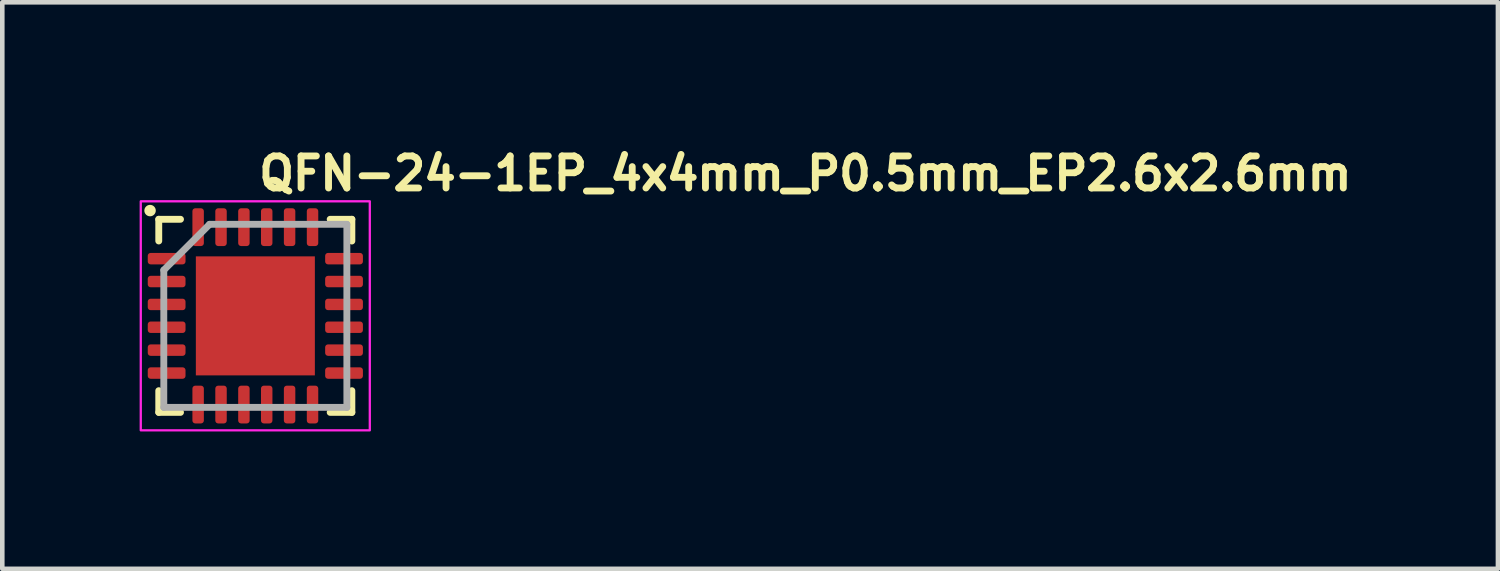
<source format=kicad_pcb>
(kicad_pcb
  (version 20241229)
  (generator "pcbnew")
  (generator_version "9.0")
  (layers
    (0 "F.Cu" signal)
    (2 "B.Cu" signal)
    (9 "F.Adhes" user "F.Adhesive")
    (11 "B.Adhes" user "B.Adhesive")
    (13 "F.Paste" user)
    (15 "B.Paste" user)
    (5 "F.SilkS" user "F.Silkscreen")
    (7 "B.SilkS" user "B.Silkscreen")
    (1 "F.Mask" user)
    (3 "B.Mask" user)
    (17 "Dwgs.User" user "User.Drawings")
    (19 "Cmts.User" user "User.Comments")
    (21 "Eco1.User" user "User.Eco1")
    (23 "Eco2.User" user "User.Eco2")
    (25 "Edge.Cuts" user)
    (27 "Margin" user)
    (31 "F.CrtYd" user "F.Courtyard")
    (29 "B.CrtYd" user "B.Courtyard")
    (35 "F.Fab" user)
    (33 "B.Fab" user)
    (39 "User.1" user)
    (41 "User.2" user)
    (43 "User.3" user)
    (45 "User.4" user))
  (footprint "QFN-24-1EP_4x4mm_P0.5mm_EP2.6x2.6mm"
    (layer "F.Cu")
    (at 2.528 3.85)
    (property "Reference" "QFN-24-1EP_4x4mm_P0.5mm_EP2.6x2.6mm" (at 0 -2.7 0) (layer "F.SilkS") (effects (font (size 0.7 0.7) (thickness 0.15)) (justify left bottom)))
    (attr smd)
    (fp_line (start -2.11 -1.636) (end -2.11 -2.11) (stroke (width 0.15) (type solid)) (layer "F.SilkS"))
    (fp_line (start -2.11 2.108) (end -2.11 1.634) (stroke (width 0.15) (type solid)) (layer "F.SilkS"))
    (fp_line (start -1.635 -2.11) (end -2.11 -2.11) (stroke (width 0.15) (type solid)) (layer "F.SilkS"))
    (fp_line (start -1.635 2.108) (end -2.11 2.108) (stroke (width 0.15) (type solid)) (layer "F.SilkS"))
    (fp_line (start 1.634 -2.11) (end 2.108 -2.11) (stroke (width 0.15) (type solid)) (layer "F.SilkS"))
    (fp_line (start 1.634 2.108) (end 2.108 2.108) (stroke (width 0.15) (type solid)) (layer "F.SilkS"))
    (fp_line (start 2.108 -2.11) (end 2.108 -1.635) (stroke (width 0.15) (type solid)) (layer "F.SilkS"))
    (fp_line (start 2.108 2.108) (end 2.108 1.634) (stroke (width 0.15) (type solid)) (layer "F.SilkS"))
    (fp_circle (center -2.3 -2.3) (end -2.25 -2.3) (stroke (width 0.15) (type solid)) (fill yes) (layer "F.SilkS"))
    (fp_rect (start -2.503 -2.503) (end 2.5 2.5) (stroke (width 0.05) (type solid)) (fill no) (layer "F.CrtYd"))
    (fp_line (start -2 -1) (end -1 -2) (stroke (width 0.15) (type solid)) (layer "F.Fab"))
    (fp_line (start -2 1.999) (end -2 -1) (stroke (width 0.15) (type solid)) (layer "F.Fab"))
    (fp_line (start -1 -2) (end 1.999 -2) (stroke (width 0.15) (type solid)) (layer "F.Fab"))
    (fp_line (start 1.999 -2) (end 1.999 1.999) (stroke (width 0.15) (type solid)) (layer "F.Fab"))
    (fp_line (start 1.999 1.999) (end -2 1.999) (stroke (width 0.15) (type solid)) (layer "F.Fab"))
    (fp_rect (start -2.003 -2.003) (end 2 2) (stroke (width 0.1) (type solid)) (fill no) (layer "User.5"))
    (fp_line (start -2 -1.364) (end -1.999 -1.364) (stroke (width 0.02) (type solid)) (layer "User.9"))
    (fp_line (start -2 -1.134) (end -2 -1.364) (stroke (width 0.02) (type solid)) (layer "User.9"))
    (fp_line (start -2 -0.863) (end -1.999 -0.863) (stroke (width 0.02) (type solid)) (layer "User.9"))
    (fp_line (start -2 -0.633) (end -2 -0.863) (stroke (width 0.02) (type solid)) (layer "User.9"))
    (fp_line (start -2 -0.363) (end -1.999 -0.363) (stroke (width 0.02) (type solid)) (layer "User.9"))
    (fp_line (start -2 -0.135) (end -2 -0.363) (stroke (width 0.02) (type solid)) (layer "User.9"))
    (fp_line (start -2 0.137) (end -1.999 0.137) (stroke (width 0.02) (type solid)) (layer "User.9"))
    (fp_line (start -2 0.365) (end -2 0.137) (stroke (width 0.02) (type solid)) (layer "User.9"))
    (fp_line (start -2 0.635) (end -1.999 0.635) (stroke (width 0.02) (type solid)) (layer "User.9"))
    (fp_line (start -2 0.865) (end -2 0.635) (stroke (width 0.02) (type solid)) (layer "User.9"))
    (fp_line (start -2 1.135) (end -1.999 1.135) (stroke (width 0.02) (type solid)) (layer "User.9"))
    (fp_line (start -2 1.365) (end -2 1.135) (stroke (width 0.02) (type solid)) (layer "User.9"))
    (fp_line (start -1.999 -1.999) (end -1.999 2) (stroke (width 0.02) (type solid)) (layer "User.9"))
    (fp_line (start -1.999 -1.134) (end -2 -1.134) (stroke (width 0.02) (type solid)) (layer "User.9"))
    (fp_line (start -1.999 -0.633) (end -2 -0.633) (stroke (width 0.02) (type solid)) (layer "User.9"))
    (fp_line (start -1.999 -0.135) (end -2 -0.135) (stroke (width 0.02) (type solid)) (layer "User.9"))
    (fp_line (start -1.999 0.365) (end -2 0.365) (stroke (width 0.02) (type solid)) (layer "User.9"))
    (fp_line (start -1.999 0.865) (end -2 0.865) (stroke (width 0.02) (type solid)) (layer "User.9"))
    (fp_line (start -1.999 1.365) (end -2 1.365) (stroke (width 0.02) (type solid)) (layer "User.9"))
    (fp_line (start -1.999 2) (end 2 2) (stroke (width 0.02) (type solid)) (layer "User.9"))
    (fp_line (start -1.6 -1.499) (end -1.598 -1.493) (stroke (width 0.02) (type solid)) (layer "User.9"))
    (fp_line (start -1.598 -1.519) (end -1.598 -1.515) (stroke (width 0.02) (type solid)) (layer "User.9"))
    (fp_line (start -1.598 -1.515) (end -1.598 -1.513) (stroke (width 0.02) (type solid)) (layer "User.9"))
    (fp_line (start -1.598 -1.513) (end -1.598 -1.509) (stroke (width 0.02) (type solid)) (layer "User.9"))
    (fp_line (start -1.598 -1.509) (end -1.598 -1.505) (stroke (width 0.02) (type solid)) (layer "User.9"))
    (fp_line (start -1.598 -1.505) (end -1.598 -1.503) (stroke (width 0.02) (type solid)) (layer "User.9"))
    (fp_line (start -1.598 -1.503) (end -1.6 -1.499) (stroke (width 0.02) (type solid)) (layer "User.9"))
    (fp_line (start -1.598 -1.493) (end -1.598 -1.485) (stroke (width 0.02) (type solid)) (layer "User.9"))
    (fp_line (start -1.598 -1.485) (end -1.598 -1.479) (stroke (width 0.02) (type solid)) (layer "User.9"))
    (fp_line (start -1.598 -1.479) (end -1.596 -1.473) (stroke (width 0.02) (type solid)) (layer "User.9"))
    (fp_line (start -1.596 -1.525) (end -1.596 -1.521) (stroke (width 0.02) (type solid)) (layer "User.9"))
    (fp_line (start -1.596 -1.521) (end -1.598 -1.519) (stroke (width 0.02) (type solid)) (layer "User.9"))
    (fp_line (start -1.596 -1.473) (end -1.594 -1.467) (stroke (width 0.02) (type solid)) (layer "User.9"))
    (fp_line (start -1.594 -1.531) (end -1.594 -1.529) (stroke (width 0.02) (type solid)) (layer "User.9"))
    (fp_line (start -1.594 -1.529) (end -1.596 -1.525) (stroke (width 0.02) (type solid)) (layer "User.9"))
    (fp_line (start -1.594 -1.467) (end -1.592 -1.461) (stroke (width 0.02) (type solid)) (layer "User.9"))
    (fp_line (start -1.592 -1.538) (end -1.592 -1.535) (stroke (width 0.02) (type solid)) (layer "User.9"))
    (fp_line (start -1.592 -1.535) (end -1.594 -1.531) (stroke (width 0.02) (type solid)) (layer "User.9"))
    (fp_line (start -1.592 -1.461) (end -1.588 -1.455) (stroke (width 0.02) (type solid)) (layer "User.9"))
    (fp_line (start -1.59 -1.54) (end -1.592 -1.538) (stroke (width 0.02) (type solid)) (layer "User.9"))
    (fp_line (start -1.588 -1.546) (end -1.588 -1.544) (stroke (width 0.02) (type solid)) (layer "User.9"))
    (fp_line (start -1.588 -1.544) (end -1.59 -1.54) (stroke (width 0.02) (type solid)) (layer "User.9"))
    (fp_line (start -1.588 -1.455) (end -1.586 -1.449) (stroke (width 0.02) (type solid)) (layer "User.9"))
    (fp_line (start -1.586 -1.55) (end -1.588 -1.546) (stroke (width 0.02) (type solid)) (layer "User.9"))
    (fp_line (start -1.586 -1.449) (end -1.582 -1.443) (stroke (width 0.02) (type solid)) (layer "User.9"))
    (fp_line (start -1.584 -1.552) (end -1.586 -1.55) (stroke (width 0.02) (type solid)) (layer "User.9"))
    (fp_line (start -1.582 -1.554) (end -1.584 -1.552) (stroke (width 0.02) (type solid)) (layer "User.9"))
    (fp_line (start -1.582 -1.443) (end -1.578 -1.439) (stroke (width 0.02) (type solid)) (layer "User.9"))
    (fp_line (start -1.58 -1.558) (end -1.582 -1.554) (stroke (width 0.02) (type solid)) (layer "User.9"))
    (fp_line (start -1.578 -1.56) (end -1.58 -1.558) (stroke (width 0.02) (type solid)) (layer "User.9"))
    (fp_line (start -1.578 -1.439) (end -1.574 -1.433) (stroke (width 0.02) (type solid)) (layer "User.9"))
    (fp_line (start -1.576 -1.562) (end -1.578 -1.56) (stroke (width 0.02) (type solid)) (layer "User.9"))
    (fp_line (start -1.574 -1.564) (end -1.576 -1.562) (stroke (width 0.02) (type solid)) (layer "User.9"))
    (fp_line (start -1.574 -1.433) (end -1.57 -1.429) (stroke (width 0.02) (type solid)) (layer "User.9"))
    (fp_line (start -1.572 -1.568) (end -1.574 -1.564) (stroke (width 0.02) (type solid)) (layer "User.9"))
    (fp_line (start -1.57 -1.57) (end -1.572 -1.568) (stroke (width 0.02) (type solid)) (layer "User.9"))
    (fp_line (start -1.57 -1.429) (end -1.566 -1.423) (stroke (width 0.02) (type solid)) (layer "User.9"))
    (fp_line (start -1.568 -1.572) (end -1.57 -1.57) (stroke (width 0.02) (type solid)) (layer "User.9"))
    (fp_line (start -1.566 -1.574) (end -1.568 -1.572) (stroke (width 0.02) (type solid)) (layer "User.9"))
    (fp_line (start -1.566 -1.423) (end -1.56 -1.419) (stroke (width 0.02) (type solid)) (layer "User.9"))
    (fp_line (start -1.562 -1.576) (end -1.566 -1.574) (stroke (width 0.02) (type solid)) (layer "User.9"))
    (fp_line (start -1.56 -1.578) (end -1.562 -1.576) (stroke (width 0.02) (type solid)) (layer "User.9"))
    (fp_line (start -1.56 -1.419) (end -1.554 -1.415) (stroke (width 0.02) (type solid)) (layer "User.9"))
    (fp_line (start -1.558 -1.58) (end -1.56 -1.578) (stroke (width 0.02) (type solid)) (layer "User.9"))
    (fp_line (start -1.554 -1.582) (end -1.558 -1.58) (stroke (width 0.02) (type solid)) (layer "User.9"))
    (fp_line (start -1.554 -1.415) (end -1.55 -1.413) (stroke (width 0.02) (type solid)) (layer "User.9"))
    (fp_line (start -1.552 -1.584) (end -1.554 -1.582) (stroke (width 0.02) (type solid)) (layer "User.9"))
    (fp_line (start -1.55 -1.586) (end -1.552 -1.584) (stroke (width 0.02) (type solid)) (layer "User.9"))
    (fp_line (start -1.55 -1.586) (end -1.55 -1.586) (stroke (width 0.02) (type solid)) (layer "User.9"))
    (fp_line (start -1.55 -1.413) (end -1.55 -1.413) (stroke (width 0.02) (type solid)) (layer "User.9"))
    (fp_line (start -1.55 -1.413) (end -1.544 -1.409) (stroke (width 0.02) (type solid)) (layer "User.9"))
    (fp_line (start -1.544 -1.588) (end -1.55 -1.586) (stroke (width 0.02) (type solid)) (layer "User.9"))
    (fp_line (start -1.544 -1.409) (end -1.538 -1.406) (stroke (width 0.02) (type solid)) (layer "User.9"))
    (fp_line (start -1.538 -1.592) (end -1.544 -1.588) (stroke (width 0.02) (type solid)) (layer "User.9"))
    (fp_line (start -1.538 -1.406) (end -1.531 -1.404) (stroke (width 0.02) (type solid)) (layer "User.9"))
    (fp_line (start -1.531 -1.594) (end -1.538 -1.592) (stroke (width 0.02) (type solid)) (layer "User.9"))
    (fp_line (start -1.531 -1.404) (end -1.525 -1.402) (stroke (width 0.02) (type solid)) (layer "User.9"))
    (fp_line (start -1.525 -1.596) (end -1.531 -1.594) (stroke (width 0.02) (type solid)) (layer "User.9"))
    (fp_line (start -1.525 -1.402) (end -1.519 -1.4) (stroke (width 0.02) (type solid)) (layer "User.9"))
    (fp_line (start -1.519 -1.598) (end -1.525 -1.596) (stroke (width 0.02) (type solid)) (layer "User.9"))
    (fp_line (start -1.519 -1.4) (end -1.511 -1.4) (stroke (width 0.02) (type solid)) (layer "User.9"))
    (fp_line (start -1.511 -1.598) (end -1.519 -1.598) (stroke (width 0.02) (type solid)) (layer "User.9"))
    (fp_line (start -1.511 -1.4) (end -1.505 -1.4) (stroke (width 0.02) (type solid)) (layer "User.9"))
    (fp_line (start -1.505 -1.598) (end -1.511 -1.598) (stroke (width 0.02) (type solid)) (layer "User.9"))
    (fp_line (start -1.505 -1.4) (end -1.499 -1.398) (stroke (width 0.02) (type solid)) (layer "User.9"))
    (fp_line (start -1.499 -1.6) (end -1.505 -1.598) (stroke (width 0.02) (type solid)) (layer "User.9"))
    (fp_line (start -1.499 -1.398) (end -1.493 -1.4) (stroke (width 0.02) (type solid)) (layer "User.9"))
    (fp_line (start -1.493 -1.598) (end -1.499 -1.6) (stroke (width 0.02) (type solid)) (layer "User.9"))
    (fp_line (start -1.493 -1.4) (end -1.487 -1.4) (stroke (width 0.02) (type solid)) (layer "User.9"))
    (fp_line (start -1.487 -1.598) (end -1.493 -1.598) (stroke (width 0.02) (type solid)) (layer "User.9"))
    (fp_line (start -1.487 -1.4) (end -1.479 -1.4) (stroke (width 0.02) (type solid)) (layer "User.9"))
    (fp_line (start -1.479 -1.598) (end -1.487 -1.598) (stroke (width 0.02) (type solid)) (layer "User.9"))
    (fp_line (start -1.479 -1.4) (end -1.473 -1.402) (stroke (width 0.02) (type solid)) (layer "User.9"))
    (fp_line (start -1.473 -1.596) (end -1.479 -1.598) (stroke (width 0.02) (type solid)) (layer "User.9"))
    (fp_line (start -1.473 -1.402) (end -1.467 -1.404) (stroke (width 0.02) (type solid)) (layer "User.9"))
    (fp_line (start -1.467 -1.594) (end -1.473 -1.596) (stroke (width 0.02) (type solid)) (layer "User.9"))
    (fp_line (start -1.467 -1.404) (end -1.461 -1.406) (stroke (width 0.02) (type solid)) (layer "User.9"))
    (fp_line (start -1.461 -1.592) (end -1.467 -1.594) (stroke (width 0.02) (type solid)) (layer "User.9"))
    (fp_line (start -1.461 -1.406) (end -1.455 -1.409) (stroke (width 0.02) (type solid)) (layer "User.9"))
    (fp_line (start -1.455 -1.588) (end -1.461 -1.592) (stroke (width 0.02) (type solid)) (layer "User.9"))
    (fp_line (start -1.455 -1.409) (end -1.449 -1.413) (stroke (width 0.02) (type solid)) (layer "User.9"))
    (fp_line (start -1.449 -1.586) (end -1.455 -1.588) (stroke (width 0.02) (type solid)) (layer "User.9"))
    (fp_line (start -1.449 -1.586) (end -1.449 -1.586) (stroke (width 0.02) (type solid)) (layer "User.9"))
    (fp_line (start -1.449 -1.413) (end -1.449 -1.413) (stroke (width 0.02) (type solid)) (layer "User.9"))
    (fp_line (start -1.449 -1.413) (end -1.447 -1.415) (stroke (width 0.02) (type solid)) (layer "User.9"))
    (fp_line (start -1.447 -1.415) (end -1.443 -1.415) (stroke (width 0.02) (type solid)) (layer "User.9"))
    (fp_line (start -1.443 -1.582) (end -1.449 -1.586) (stroke (width 0.02) (type solid)) (layer "User.9"))
    (fp_line (start -1.443 -1.415) (end -1.441 -1.417) (stroke (width 0.02) (type solid)) (layer "User.9"))
    (fp_line (start -1.441 -1.417) (end -1.437 -1.419) (stroke (width 0.02) (type solid)) (layer "User.9"))
    (fp_line (start -1.437 -1.578) (end -1.443 -1.582) (stroke (width 0.02) (type solid)) (layer "User.9"))
    (fp_line (start -1.437 -1.419) (end -1.435 -1.421) (stroke (width 0.02) (type solid)) (layer "User.9"))
    (fp_line (start -1.435 -1.421) (end -1.433 -1.423) (stroke (width 0.02) (type solid)) (layer "User.9"))
    (fp_line (start -1.433 -1.574) (end -1.437 -1.578) (stroke (width 0.02) (type solid)) (layer "User.9"))
    (fp_line (start -1.433 -1.423) (end -1.431 -1.427) (stroke (width 0.02) (type solid)) (layer "User.9"))
    (fp_line (start -1.431 -1.427) (end -1.429 -1.429) (stroke (width 0.02) (type solid)) (layer "User.9"))
    (fp_line (start -1.429 -1.57) (end -1.433 -1.574) (stroke (width 0.02) (type solid)) (layer "User.9"))
    (fp_line (start -1.429 -1.429) (end -1.425 -1.431) (stroke (width 0.02) (type solid)) (layer "User.9"))
    (fp_line (start -1.425 -1.431) (end -1.423 -1.433) (stroke (width 0.02) (type solid)) (layer "User.9"))
    (fp_line (start -1.423 -1.564) (end -1.429 -1.57) (stroke (width 0.02) (type solid)) (layer "User.9"))
    (fp_line (start -1.423 -1.433) (end -1.421 -1.435) (stroke (width 0.02) (type solid)) (layer "User.9"))
    (fp_line (start -1.421 -1.435) (end -1.419 -1.439) (stroke (width 0.02) (type solid)) (layer "User.9"))
    (fp_line (start -1.419 -1.56) (end -1.423 -1.564) (stroke (width 0.02) (type solid)) (layer "User.9"))
    (fp_line (start -1.419 -1.439) (end -1.417 -1.441) (stroke (width 0.02) (type solid)) (layer "User.9"))
    (fp_line (start -1.417 -1.441) (end -1.415 -1.443) (stroke (width 0.02) (type solid)) (layer "User.9"))
    (fp_line (start -1.415 -1.554) (end -1.419 -1.56) (stroke (width 0.02) (type solid)) (layer "User.9"))
    (fp_line (start -1.415 -1.447) (end -1.413 -1.449) (stroke (width 0.02) (type solid)) (layer "User.9"))
    (fp_line (start -1.415 -1.443) (end -1.415 -1.447) (stroke (width 0.02) (type solid)) (layer "User.9"))
    (fp_line (start -1.413 -1.55) (end -1.415 -1.554) (stroke (width 0.02) (type solid)) (layer "User.9"))
    (fp_line (start -1.413 -1.449) (end -1.411 -1.451) (stroke (width 0.02) (type solid)) (layer "User.9"))
    (fp_line (start -1.411 -1.451) (end -1.409 -1.455) (stroke (width 0.02) (type solid)) (layer "User.9"))
    (fp_line (start -1.409 -1.544) (end -1.413 -1.55) (stroke (width 0.02) (type solid)) (layer "User.9"))
    (fp_line (start -1.409 -1.455) (end -1.407 -1.457) (stroke (width 0.02) (type solid)) (layer "User.9"))
    (fp_line (start -1.407 -1.457) (end -1.406 -1.461) (stroke (width 0.02) (type solid)) (layer "User.9"))
    (fp_line (start -1.406 -1.538) (end -1.409 -1.544) (stroke (width 0.02) (type solid)) (layer "User.9"))
    (fp_line (start -1.406 -1.463) (end -1.404 -1.467) (stroke (width 0.02) (type solid)) (layer "User.9"))
    (fp_line (start -1.406 -1.461) (end -1.406 -1.463) (stroke (width 0.02) (type solid)) (layer "User.9"))
    (fp_line (start -1.404 -1.531) (end -1.406 -1.538) (stroke (width 0.02) (type solid)) (layer "User.9"))
    (fp_line (start -1.404 -1.469) (end -1.402 -1.473) (stroke (width 0.02) (type solid)) (layer "User.9"))
    (fp_line (start -1.404 -1.467) (end -1.404 -1.469) (stroke (width 0.02) (type solid)) (layer "User.9"))
    (fp_line (start -1.402 -1.525) (end -1.404 -1.531) (stroke (width 0.02) (type solid)) (layer "User.9"))
    (fp_line (start -1.402 -1.477) (end -1.4 -1.479) (stroke (width 0.02) (type solid)) (layer "User.9"))
    (fp_line (start -1.402 -1.473) (end -1.402 -1.477) (stroke (width 0.02) (type solid)) (layer "User.9"))
    (fp_line (start -1.4 -1.519) (end -1.402 -1.525) (stroke (width 0.02) (type solid)) (layer "User.9"))
    (fp_line (start -1.4 -1.513) (end -1.4 -1.519) (stroke (width 0.02) (type solid)) (layer "User.9"))
    (fp_line (start -1.4 -1.505) (end -1.4 -1.513) (stroke (width 0.02) (type solid)) (layer "User.9"))
    (fp_line (start -1.4 -1.495) (end -1.398 -1.499) (stroke (width 0.02) (type solid)) (layer "User.9"))
    (fp_line (start -1.4 -1.493) (end -1.4 -1.495) (stroke (width 0.02) (type solid)) (layer "User.9"))
    (fp_line (start -1.4 -1.489) (end -1.4 -1.493) (stroke (width 0.02) (type solid)) (layer "User.9"))
    (fp_line (start -1.4 -1.485) (end -1.4 -1.489) (stroke (width 0.02) (type solid)) (layer "User.9"))
    (fp_line (start -1.4 -1.483) (end -1.4 -1.485) (stroke (width 0.02) (type solid)) (layer "User.9"))
    (fp_line (start -1.4 -1.479) (end -1.4 -1.483) (stroke (width 0.02) (type solid)) (layer "User.9"))
    (fp_line (start -1.398 -1.499) (end -1.4 -1.505) (stroke (width 0.02) (type solid)) (layer "User.9"))
    (fp_line (start -1.364 -2) (end -1.134 -2) (stroke (width 0.02) (type solid)) (layer "User.9"))
    (fp_line (start -1.364 -1.999) (end -1.364 -2) (stroke (width 0.02) (type solid)) (layer "User.9"))
    (fp_line (start -1.364 2) (end -1.364 2.003) (stroke (width 0.02) (type solid)) (layer "User.9"))
    (fp_line (start -1.364 2.003) (end -1.134 2.003) (stroke (width 0.02) (type solid)) (layer "User.9"))
    (fp_line (start -1.134 -2) (end -1.134 -1.999) (stroke (width 0.02) (type solid)) (layer "User.9"))
    (fp_line (start -1.134 2.003) (end -1.134 2) (stroke (width 0.02) (type solid)) (layer "User.9"))
    (fp_line (start -0.863 -2) (end -0.633 -2) (stroke (width 0.02) (type solid)) (layer "User.9"))
    (fp_line (start -0.863 -1.999) (end -0.863 -2) (stroke (width 0.02) (type solid)) (layer "User.9"))
    (fp_line (start -0.863 2) (end -0.863 2.003) (stroke (width 0.02) (type solid)) (layer "User.9"))
    (fp_line (start -0.863 2.003) (end -0.633 2.003) (stroke (width 0.02) (type solid)) (layer "User.9"))
    (fp_line (start -0.633 -2) (end -0.633 -1.999) (stroke (width 0.02) (type solid)) (layer "User.9"))
    (fp_line (start -0.633 2.003) (end -0.633 2) (stroke (width 0.02) (type solid)) (layer "User.9"))
    (fp_line (start -0.363 -2) (end -0.135 -2) (stroke (width 0.02) (type solid)) (layer "User.9"))
    (fp_line (start -0.363 -1.999) (end -0.363 -2) (stroke (width 0.02) (type solid)) (layer "User.9"))
    (fp_line (start -0.363 2) (end -0.363 2.003) (stroke (width 0.02) (type solid)) (layer "User.9"))
    (fp_line (start -0.363 2.003) (end -0.135 2.003) (stroke (width 0.02) (type solid)) (layer "User.9"))
    (fp_line (start -0.135 -2) (end -0.135 -1.999) (stroke (width 0.02) (type solid)) (layer "User.9"))
    (fp_line (start -0.135 2.003) (end -0.135 2) (stroke (width 0.02) (type solid)) (layer "User.9"))
    (fp_line (start 0.137 -2) (end 0.365 -2) (stroke (width 0.02) (type solid)) (layer "User.9"))
    (fp_line (start 0.137 -1.999) (end 0.137 -2) (stroke (width 0.02) (type solid)) (layer "User.9"))
    (fp_line (start 0.137 2) (end 0.137 2.003) (stroke (width 0.02) (type solid)) (layer "User.9"))
    (fp_line (start 0.137 2.003) (end 0.365 2.003) (stroke (width 0.02) (type solid)) (layer "User.9"))
    (fp_line (start 0.365 -2) (end 0.365 -1.999) (stroke (width 0.02) (type solid)) (layer "User.9"))
    (fp_line (start 0.365 2.003) (end 0.365 2) (stroke (width 0.02) (type solid)) (layer "User.9"))
    (fp_line (start 0.635 -2) (end 0.865 -2) (stroke (width 0.02) (type solid)) (layer "User.9"))
    (fp_line (start 0.635 -1.999) (end 0.635 -2) (stroke (width 0.02) (type solid)) (layer "User.9"))
    (fp_line (start 0.635 2) (end 0.635 2.003) (stroke (width 0.02) (type solid)) (layer "User.9"))
    (fp_line (start 0.635 2.003) (end 0.865 2.003) (stroke (width 0.02) (type solid)) (layer "User.9"))
    (fp_line (start 0.865 -2) (end 0.865 -1.999) (stroke (width 0.02) (type solid)) (layer "User.9"))
    (fp_line (start 0.865 2.003) (end 0.865 2) (stroke (width 0.02) (type solid)) (layer "User.9"))
    (fp_line (start 1.135 -2) (end 1.365 -2) (stroke (width 0.02) (type solid)) (layer "User.9"))
    (fp_line (start 1.135 -1.999) (end 1.135 -2) (stroke (width 0.02) (type solid)) (layer "User.9"))
    (fp_line (start 1.135 2) (end 1.135 2.003) (stroke (width 0.02) (type solid)) (layer "User.9"))
    (fp_line (start 1.135 2.003) (end 1.365 2.003) (stroke (width 0.02) (type solid)) (layer "User.9"))
    (fp_line (start 1.365 -2) (end 1.365 -1.999) (stroke (width 0.02) (type solid)) (layer "User.9"))
    (fp_line (start 1.365 2.003) (end 1.365 2) (stroke (width 0.02) (type solid)) (layer "User.9"))
    (fp_line (start 2 -1.999) (end -1.999 -1.999) (stroke (width 0.02) (type solid)) (layer "User.9"))
    (fp_line (start 2 -1.134) (end 2.003 -1.134) (stroke (width 0.02) (type solid)) (layer "User.9"))
    (fp_line (start 2 -0.633) (end 2.003 -0.633) (stroke (width 0.02) (type solid)) (layer "User.9"))
    (fp_line (start 2 -0.135) (end 2.003 -0.135) (stroke (width 0.02) (type solid)) (layer "User.9"))
    (fp_line (start 2 0.365) (end 2.003 0.365) (stroke (width 0.02) (type solid)) (layer "User.9"))
    (fp_line (start 2 0.865) (end 2.003 0.865) (stroke (width 0.02) (type solid)) (layer "User.9"))
    (fp_line (start 2 1.365) (end 2.003 1.365) (stroke (width 0.02) (type solid)) (layer "User.9"))
    (fp_line (start 2 2) (end 2 -1.999) (stroke (width 0.02) (type solid)) (layer "User.9"))
    (fp_line (start 2.003 -1.364) (end 2 -1.364) (stroke (width 0.02) (type solid)) (layer "User.9"))
    (fp_line (start 2.003 -1.134) (end 2.003 -1.364) (stroke (width 0.02) (type solid)) (layer "User.9"))
    (fp_line (start 2.003 -0.863) (end 2 -0.863) (stroke (width 0.02) (type solid)) (layer "User.9"))
    (fp_line (start 2.003 -0.633) (end 2.003 -0.863) (stroke (width 0.02) (type solid)) (layer "User.9"))
    (fp_line (start 2.003 -0.363) (end 2 -0.363) (stroke (width 0.02) (type solid)) (layer "User.9"))
    (fp_line (start 2.003 -0.135) (end 2.003 -0.363) (stroke (width 0.02) (type solid)) (layer "User.9"))
    (fp_line (start 2.003 0.137) (end 2 0.137) (stroke (width 0.02) (type solid)) (layer "User.9"))
    (fp_line (start 2.003 0.365) (end 2.003 0.137) (stroke (width 0.02) (type solid)) (layer "User.9"))
    (fp_line (start 2.003 0.635) (end 2 0.635) (stroke (width 0.02) (type solid)) (layer "User.9"))
    (fp_line (start 2.003 0.865) (end 2.003 0.635) (stroke (width 0.02) (type solid)) (layer "User.9"))
    (fp_line (start 2.003 1.135) (end 2 1.135) (stroke (width 0.02) (type solid)) (layer "User.9"))
    (fp_line (start 2.003 1.365) (end 2.003 1.135) (stroke (width 0.02) (type solid)) (layer "User.9"))
    (pad "" smd roundrect (at -0.652 -0.652) (size 1.05 1.05) (layers "F.Paste") (roundrect_rratio 0.238))
    (pad "" smd roundrect (at -0.652 0.65) (size 1.05 1.05) (layers "F.Paste") (roundrect_rratio 0.238))
    (pad "" smd roundrect (at 0.65 -0.652) (size 1.05 1.05) (layers "F.Paste") (roundrect_rratio 0.238))
    (pad "" smd roundrect (at 0.65 0.65) (size 1.05 1.05) (layers "F.Paste") (roundrect_rratio 0.238))
    (pad "1" smd roundrect (at -1.938 -1.25) (size 0.825 0.25) (layers "F.Cu" "F.Mask" "F.Paste") (roundrect_rratio 0.25))
    (pad "2" smd roundrect (at -1.938 -0.75) (size 0.825 0.25) (layers "F.Cu" "F.Mask" "F.Paste") (roundrect_rratio 0.25))
    (pad "3" smd roundrect (at -1.938 -0.25) (size 0.825 0.25) (layers "F.Cu" "F.Mask" "F.Paste") (roundrect_rratio 0.25))
    (pad "4" smd roundrect (at -1.938 0.248) (size 0.825 0.25) (layers "F.Cu" "F.Mask" "F.Paste") (roundrect_rratio 0.25))
    (pad "5" smd roundrect (at -1.938 0.748) (size 0.825 0.25) (layers "F.Cu" "F.Mask" "F.Paste") (roundrect_rratio 0.25))
    (pad "6" smd roundrect (at -1.938 1.249) (size 0.825 0.25) (layers "F.Cu" "F.Mask" "F.Paste") (roundrect_rratio 0.25))
    (pad "7" smd roundrect (at -1.25 1.937) (size 0.25 0.825) (layers "F.Cu" "F.Mask" "F.Paste") (roundrect_rratio 0.25))
    (pad "8" smd roundrect (at -0.75 1.937) (size 0.25 0.825) (layers "F.Cu" "F.Mask" "F.Paste") (roundrect_rratio 0.25))
    (pad "9" smd roundrect (at -0.25 1.937) (size 0.25 0.825) (layers "F.Cu" "F.Mask" "F.Paste") (roundrect_rratio 0.25))
    (pad "10" smd roundrect (at 0.248 1.937) (size 0.25 0.825) (layers "F.Cu" "F.Mask" "F.Paste") (roundrect_rratio 0.25))
    (pad "11" smd roundrect (at 0.748 1.937) (size 0.25 0.825) (layers "F.Cu" "F.Mask" "F.Paste") (roundrect_rratio 0.25))
    (pad "12" smd roundrect (at 1.249 1.937) (size 0.25 0.825) (layers "F.Cu" "F.Mask" "F.Paste") (roundrect_rratio 0.25))
    (pad "13" smd roundrect (at 1.937 1.249) (size 0.825 0.25) (layers "F.Cu" "F.Mask" "F.Paste") (roundrect_rratio 0.25))
    (pad "14" smd roundrect (at 1.937 0.748) (size 0.825 0.25) (layers "F.Cu" "F.Mask" "F.Paste") (roundrect_rratio 0.25))
    (pad "15" smd roundrect (at 1.937 0.248) (size 0.825 0.25) (layers "F.Cu" "F.Mask" "F.Paste") (roundrect_rratio 0.25))
    (pad "16" smd roundrect (at 1.937 -0.25) (size 0.825 0.25) (layers "F.Cu" "F.Mask" "F.Paste") (roundrect_rratio 0.25))
    (pad "17" smd roundrect (at 1.937 -0.75) (size 0.825 0.25) (layers "F.Cu" "F.Mask" "F.Paste") (roundrect_rratio 0.25))
    (pad "18" smd roundrect (at 1.937 -1.25) (size 0.825 0.25) (layers "F.Cu" "F.Mask" "F.Paste") (roundrect_rratio 0.25))
    (pad "19" smd roundrect (at 1.249 -1.938) (size 0.25 0.825) (layers "F.Cu" "F.Mask" "F.Paste") (roundrect_rratio 0.25))
    (pad "20" smd roundrect (at 0.748 -1.938) (size 0.25 0.825) (layers "F.Cu" "F.Mask" "F.Paste") (roundrect_rratio 0.25))
    (pad "21" smd roundrect (at 0.248 -1.938) (size 0.25 0.825) (layers "F.Cu" "F.Mask" "F.Paste") (roundrect_rratio 0.25))
    (pad "22" smd roundrect (at -0.25 -1.938) (size 0.25 0.825) (layers "F.Cu" "F.Mask" "F.Paste") (roundrect_rratio 0.25))
    (pad "23" smd roundrect (at -0.75 -1.938) (size 0.25 0.825) (layers "F.Cu" "F.Mask" "F.Paste") (roundrect_rratio 0.25))
    (pad "24" smd roundrect (at -1.25 -1.938) (size 0.25 0.825) (layers "F.Cu" "F.Mask" "F.Paste") (roundrect_rratio 0.25))
    (pad "25" smd rect (at 0 0) (size 2.6 2.6) (layers "F.Cu" "F.Mask")))
  (gr_rect
    (start -3 -3)
    (end 29.671 9.375)
    (stroke (width 0.1) (type default))
    (fill no)
    (layer "Edge.Cuts")))
</source>
